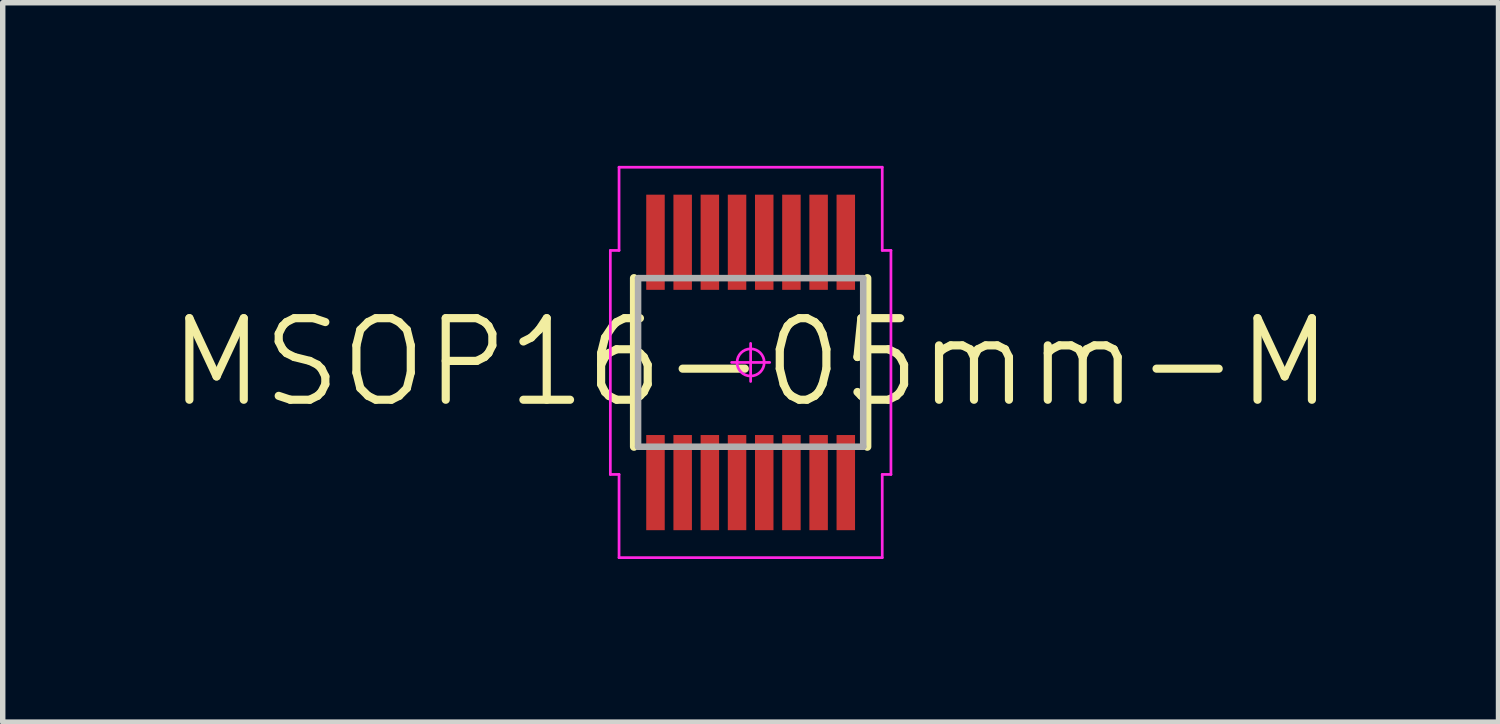
<source format=kicad_pcb>
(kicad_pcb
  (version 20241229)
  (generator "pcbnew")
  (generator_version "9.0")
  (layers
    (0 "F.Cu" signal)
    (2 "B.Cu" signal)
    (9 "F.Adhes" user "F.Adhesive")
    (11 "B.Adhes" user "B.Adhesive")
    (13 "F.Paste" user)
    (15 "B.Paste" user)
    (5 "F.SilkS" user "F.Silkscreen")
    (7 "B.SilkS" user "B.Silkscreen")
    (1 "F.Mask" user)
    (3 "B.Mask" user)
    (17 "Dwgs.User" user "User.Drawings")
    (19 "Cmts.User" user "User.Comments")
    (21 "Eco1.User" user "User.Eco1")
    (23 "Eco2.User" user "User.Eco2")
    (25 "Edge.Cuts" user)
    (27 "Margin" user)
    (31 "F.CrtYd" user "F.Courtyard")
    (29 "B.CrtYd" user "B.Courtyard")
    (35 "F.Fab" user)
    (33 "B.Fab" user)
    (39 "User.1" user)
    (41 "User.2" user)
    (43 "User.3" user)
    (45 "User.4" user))
  (footprint "MSOP16-05mm-M"
    (layer "F.Cu")
    (at 10.754 3.615)
    (property "Reference" "MSOP16-05mm-M" (at 0 0 0) (layer "F.SilkS") (effects (font (size 1.5 1.5) (thickness 0.15))))
    (attr smd)
    (fp_line (start -2.145 1.55) (end -2.145 -1.55) (stroke (width 0.15) (type solid)) (layer "F.SilkS"))
    (fp_line (start 2.145 1.55) (end 2.145 -1.55) (stroke (width 0.15) (type solid)) (layer "F.SilkS"))
    (fp_line (start -2.58 -2.06) (end -2.58 2.06) (stroke (width 0.05) (type solid)) (layer "F.CrtYd"))
    (fp_line (start -2.58 2.06) (end -2.42 2.06) (stroke (width 0.05) (type solid)) (layer "F.CrtYd"))
    (fp_line (start -2.42 -3.59) (end -2.42 -2.06) (stroke (width 0.05) (type solid)) (layer "F.CrtYd"))
    (fp_line (start -2.42 -2.06) (end -2.58 -2.06) (stroke (width 0.05) (type solid)) (layer "F.CrtYd"))
    (fp_line (start -2.42 2.06) (end -2.42 3.59) (stroke (width 0.05) (type solid)) (layer "F.CrtYd"))
    (fp_line (start -2.42 3.59) (end 2.42 3.59) (stroke (width 0.05) (type solid)) (layer "F.CrtYd"))
    (fp_line (start -0.35 0) (end 0.35 0) (stroke (width 0.05) (type solid)) (layer "F.CrtYd"))
    (fp_line (start 0 -0.35) (end 0 0.35) (stroke (width 0.05) (type solid)) (layer "F.CrtYd"))
    (fp_line (start 2.42 -3.59) (end -2.42 -3.59) (stroke (width 0.05) (type solid)) (layer "F.CrtYd"))
    (fp_line (start 2.42 -2.06) (end 2.42 -3.59) (stroke (width 0.05) (type solid)) (layer "F.CrtYd"))
    (fp_line (start 2.42 2.06) (end 2.58 2.06) (stroke (width 0.05) (type solid)) (layer "F.CrtYd"))
    (fp_line (start 2.42 3.59) (end 2.42 2.06) (stroke (width 0.05) (type solid)) (layer "F.CrtYd"))
    (fp_line (start 2.58 -2.06) (end 2.42 -2.06) (stroke (width 0.05) (type solid)) (layer "F.CrtYd"))
    (fp_line (start 2.58 2.06) (end 2.58 -2.06) (stroke (width 0.05) (type solid)) (layer "F.CrtYd"))
    (fp_circle (center 0 0) (end 0 0.25) (stroke (width 0.05) (type solid)) (fill no) (layer "F.CrtYd"))
    (fp_line (start -2.07 -1.55) (end 2.07 -1.55) (stroke (width 0.12) (type solid)) (layer "F.Fab"))
    (fp_line (start -2.07 1.55) (end -2.07 -1.55) (stroke (width 0.12) (type solid)) (layer "F.Fab"))
    (fp_line (start 2.07 -1.55) (end 2.07 1.55) (stroke (width 0.12) (type solid)) (layer "F.Fab"))
    (fp_line (start 2.07 1.55) (end -2.07 1.55) (stroke (width 0.12) (type solid)) (layer "F.Fab"))
    (pad "1" smd rect (at -1.75 2.21 90) (size 1.75 0.34) (layers "F.Cu" "F.Mask" "F.Paste"))
    (pad "2" smd rect (at -1.25 2.21 90) (size 1.75 0.34) (layers "F.Cu" "F.Mask" "F.Paste"))
    (pad "3" smd rect (at -0.75 2.21 90) (size 1.75 0.34) (layers "F.Cu" "F.Mask" "F.Paste"))
    (pad "4" smd rect (at -0.25 2.21 90) (size 1.75 0.34) (layers "F.Cu" "F.Mask" "F.Paste"))
    (pad "5" smd rect (at 0.25 2.21 90) (size 1.75 0.34) (layers "F.Cu" "F.Mask" "F.Paste"))
    (pad "6" smd rect (at 0.75 2.21 90) (size 1.75 0.34) (layers "F.Cu" "F.Mask" "F.Paste"))
    (pad "7" smd rect (at 1.25 2.21 90) (size 1.75 0.34) (layers "F.Cu" "F.Mask" "F.Paste"))
    (pad "8" smd rect (at 1.75 2.21 90) (size 1.75 0.34) (layers "F.Cu" "F.Mask" "F.Paste"))
    (pad "9" smd rect (at 1.75 -2.21 90) (size 1.75 0.34) (layers "F.Cu" "F.Mask" "F.Paste"))
    (pad "10" smd rect (at 1.25 -2.21 90) (size 1.75 0.34) (layers "F.Cu" "F.Mask" "F.Paste"))
    (pad "11" smd rect (at 0.75 -2.21 90) (size 1.75 0.34) (layers "F.Cu" "F.Mask" "F.Paste"))
    (pad "12" smd rect (at 0.25 -2.21 90) (size 1.75 0.34) (layers "F.Cu" "F.Mask" "F.Paste"))
    (pad "13" smd rect (at -0.25 -2.21 90) (size 1.75 0.34) (layers "F.Cu" "F.Mask" "F.Paste"))
    (pad "14" smd rect (at -0.75 -2.21 90) (size 1.75 0.34) (layers "F.Cu" "F.Mask" "F.Paste"))
    (pad "15" smd rect (at -1.25 -2.21 90) (size 1.75 0.34) (layers "F.Cu" "F.Mask" "F.Paste"))
    (pad "16" smd rect (at -1.75 -2.21 90) (size 1.75 0.34) (layers "F.Cu" "F.Mask" "F.Paste")))
  (gr_rect
    (start -3 -3)
    (end 24.507 10.23)
    (stroke (width 0.1) (type default))
    (fill no)
    (layer "Edge.Cuts")))
</source>
